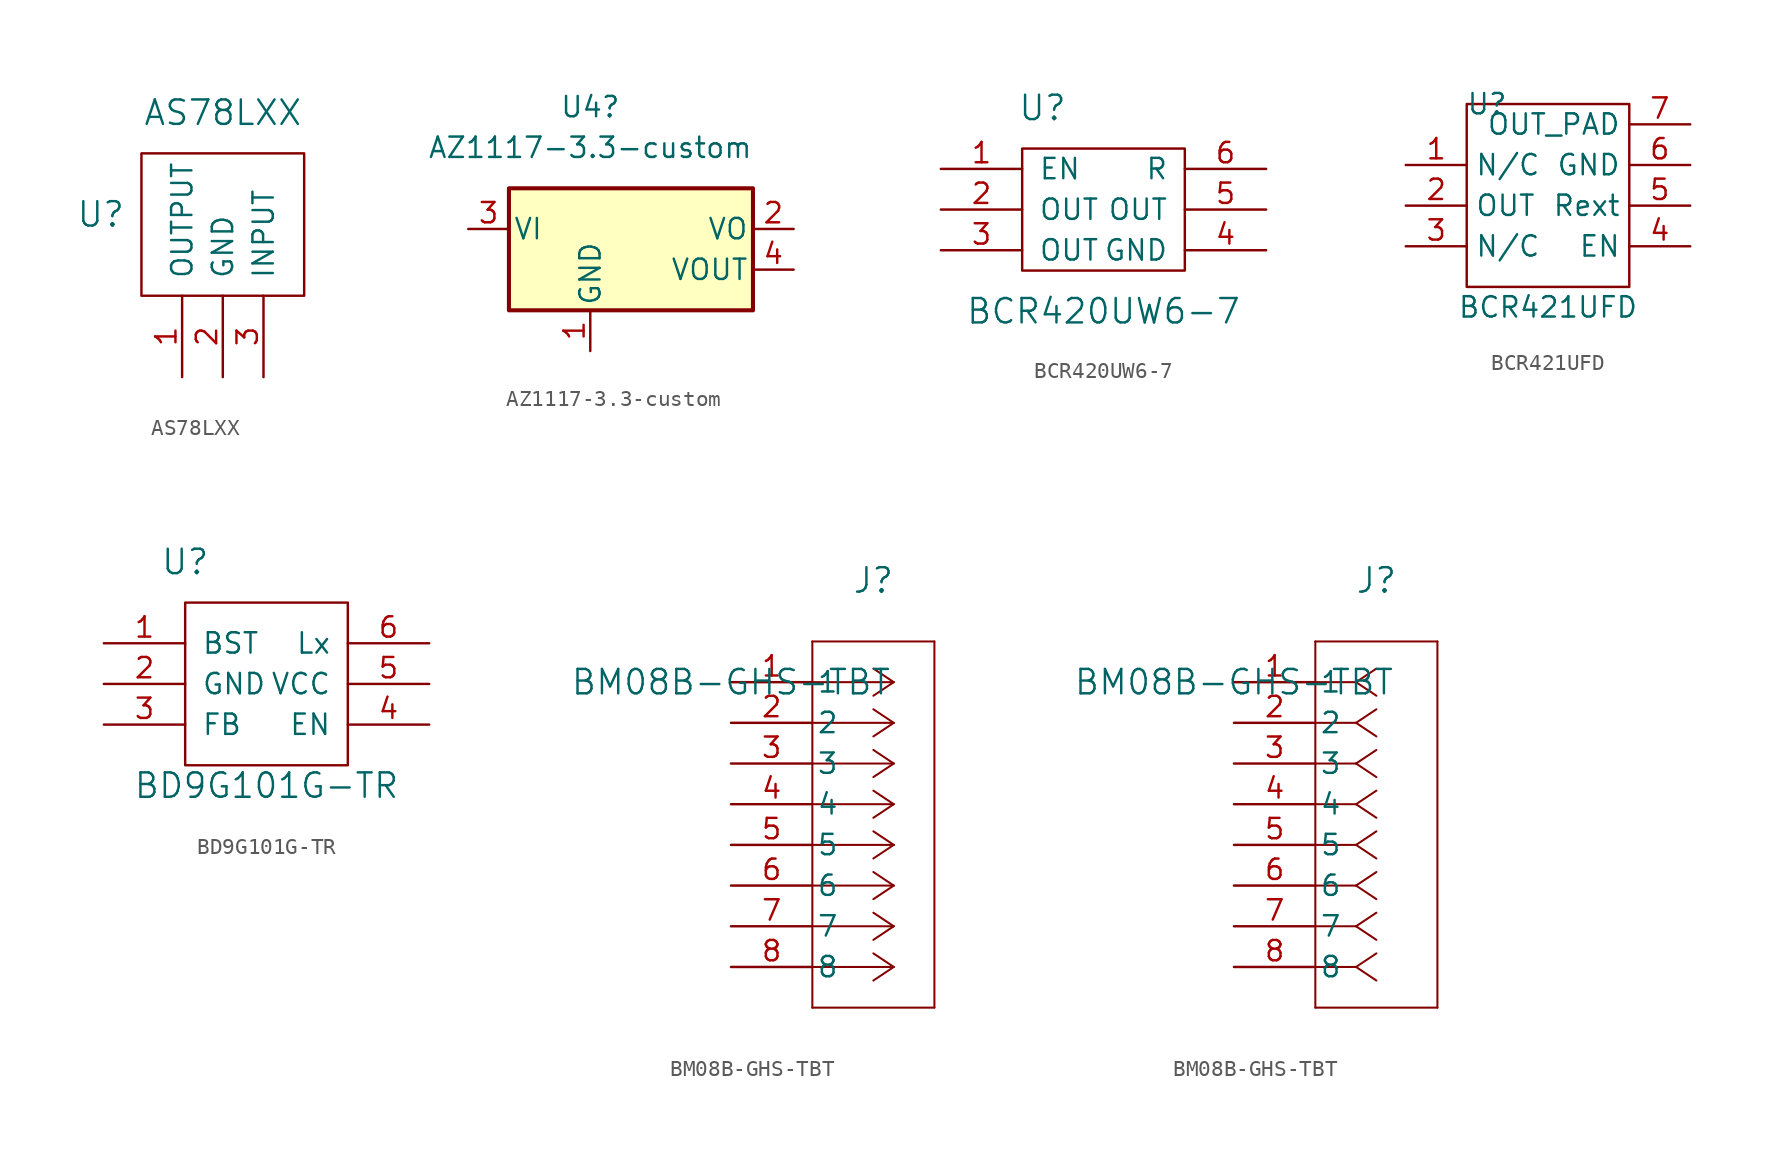
<source format=kicad_sym>
(kicad_symbol_lib
  (version 20231120)
  (generator "kicad_symbol_editor")
  (generator_version "8.0")
  (symbol "AS78LXX"
    (pin_names
      (offset 1.016))
    (property "Reference" "U"
      (at -7.62 10.16 0)
      (effects (font (size 1.524 1.524))))
    (property "Value" "AS78LXX"
      (at 0 16.51 0)
      (effects (font (size 1.524 1.524))))
    (symbol "AS78LXX_0_1"
      (rectangle (start -5.08 13.97) (end 5.08 5.08) (stroke (width 0) (type default)) (fill (type none))))
    (symbol "AS78LXX_1_1"
      (pin input line (at -2.54 0 90) (length 5.08) (name "OUTPUT" (effects (font (size 1.27 1.27)))) (number "1" (effects (font (size 1.27 1.27)))))
      (pin input line (at 0 0 90) (length 5.08) (name "GND" (effects (font (size 1.27 1.27)))) (number "2" (effects (font (size 1.27 1.27)))))
      (pin input line (at 2.54 0 90) (length 5.08) (name "INPUT" (effects (font (size 1.27 1.27)))) (number "3" (effects (font (size 1.27 1.27)))))))
  (symbol "AZ1117-3.3-custom"
    (pin_names
      (offset 0.254))
    (property "Reference" "U4"
      (at 0 7.62 0)
      (effects (font (size 1.27 1.27))))
    (property "Value" "AZ1117-3.3-custom"
      (at 0 5.08 0)
      (effects (font (size 1.27 1.27))))
    (symbol "AZ1117-3.3-custom_0_1"
      (rectangle (start -5.08 2.54) (end 10.16 -5.08) (stroke (width 0.254) (type default)) (fill (type background))))
    (symbol "AZ1117-3.3-custom_1_1"
      (pin power_in line (at 0 -7.62 90) (length 2.54) (name "GND" (effects (font (size 1.27 1.27)))) (number "1" (effects (font (size 1.27 1.27)))))
      (pin power_out line (at 12.7 0 180) (length 2.54) (name "VO" (effects (font (size 1.27 1.27)))) (number "2" (effects (font (size 1.27 1.27)))))
      (pin power_in line (at -7.62 0 0) (length 2.54) (name "VI" (effects (font (size 1.27 1.27)))) (number "3" (effects (font (size 1.27 1.27)))))
      (pin power_out line (at 12.7 -2.54 180) (length 2.54) (name "VOUT" (effects (font (size 1.27 1.27)))) (number "4" (effects (font (size 1.27 1.27)))))))
  (symbol "BCR420UW6-7"
    (pin_names
      (offset 1.016))
    (property "Reference" "U"
      (at -3.81 6.35 0)
      (effects (font (size 1.524 1.524))))
    (property "Value" "BCR420UW6-7"
      (at 0 -6.35 0)
      (effects (font (size 1.524 1.524))))
    (symbol "BCR420UW6-7_0_1"
      (rectangle (start -5.08 3.81) (end 5.08 -3.81) (stroke (width 0) (type default)) (fill (type none))))
    (symbol "BCR420UW6-7_1_1"
      (pin input line (at -10.16 2.54 0) (length 5.08) (name "EN" (effects (font (size 1.27 1.27)))) (number "1" (effects (font (size 1.27 1.27)))))
      (pin input line (at -10.16 0 0) (length 5.08) (name "OUT" (effects (font (size 1.27 1.27)))) (number "2" (effects (font (size 1.27 1.27)))))
      (pin input line (at -10.16 -2.54 0) (length 5.08) (name "OUT" (effects (font (size 1.27 1.27)))) (number "3" (effects (font (size 1.27 1.27)))))
      (pin input line (at 10.16 -2.54 180) (length 5.08) (name "GND" (effects (font (size 1.27 1.27)))) (number "4" (effects (font (size 1.27 1.27)))))
      (pin input line (at 10.16 0 180) (length 5.08) (name "OUT" (effects (font (size 1.27 1.27)))) (number "5" (effects (font (size 1.27 1.27)))))
      (pin input line (at 10.16 2.54 180) (length 5.08) (name "R" (effects (font (size 1.27 1.27)))) (number "6" (effects (font (size 1.27 1.27)))))))
  (symbol "BCR421UFD"
    (property "Reference" "U"
      (at -3.81 6.35 0)
      (effects (font (size 1.27 1.27))))
    (property "Value" "BCR421UFD"
      (at 0 -6.35 0)
      (effects (font (size 1.27 1.27))))
    (symbol "BCR421UFD_0_1"
      (rectangle (start -5.08 6.35) (end 5.08 -5.08) (stroke (width 0) (type default)) (fill (type none))))
    (symbol "BCR421UFD_1_1"
      (pin passive line (at -8.89 2.54 0) (length 3.81) (name "N/C" (effects (font (size 1.27 1.27)))) (number "1" (effects (font (size 1.27 1.27)))))
      (pin passive line (at -8.89 0 0) (length 3.81) (name "OUT" (effects (font (size 1.27 1.27)))) (number "2" (effects (font (size 1.27 1.27)))))
      (pin passive line (at -8.89 -2.54 0) (length 3.81) (name "N/C" (effects (font (size 1.27 1.27)))) (number "3" (effects (font (size 1.27 1.27)))))
      (pin passive line (at 8.89 -2.54 180) (length 3.81) (name "EN" (effects (font (size 1.27 1.27)))) (number "4" (effects (font (size 1.27 1.27)))))
      (pin passive line (at 8.89 0 180) (length 3.81) (name "Rext" (effects (font (size 1.27 1.27)))) (number "5" (effects (font (size 1.27 1.27)))))
      (pin passive line (at 8.89 2.54 180) (length 3.81) (name "GND" (effects (font (size 1.27 1.27)))) (number "6" (effects (font (size 1.27 1.27)))))
      (pin passive line (at 8.89 5.08 180) (length 3.81) (name "OUT_PAD" (effects (font (size 1.27 1.27)))) (number "7" (effects (font (size 1.27 1.27)))))))
  (symbol "BD9G101G-TR"
    (pin_names
      (offset 1.016))
    (property "Reference" "U"
      (at -5.08 7.62 0)
      (effects (font (size 1.524 1.524))))
    (property "Value" "BD9G101G-TR"
      (at 0 -6.35 0)
      (effects (font (size 1.524 1.524))))
    (symbol "BD9G101G-TR_0_1"
      (rectangle (start -5.08 5.08) (end 5.08 -5.08) (stroke (width 0) (type default)) (fill (type none))))
    (symbol "BD9G101G-TR_1_1"
      (pin input line (at -10.16 2.54 0) (length 5.08) (name "BST" (effects (font (size 1.27 1.27)))) (number "1" (effects (font (size 1.27 1.27)))))
      (pin input line (at -10.16 0 0) (length 5.08) (name "GND" (effects (font (size 1.27 1.27)))) (number "2" (effects (font (size 1.27 1.27)))))
      (pin input line (at -10.16 -2.54 0) (length 5.08) (name "FB" (effects (font (size 1.27 1.27)))) (number "3" (effects (font (size 1.27 1.27)))))
      (pin input line (at 10.16 -2.54 180) (length 5.08) (name "EN" (effects (font (size 1.27 1.27)))) (number "4" (effects (font (size 1.27 1.27)))))
      (pin input line (at 10.16 0 180) (length 5.08) (name "VCC" (effects (font (size 1.27 1.27)))) (number "5" (effects (font (size 1.27 1.27)))))
      (pin input line (at 10.16 2.54 180) (length 5.08) (name "Lx" (effects (font (size 1.27 1.27)))) (number "6" (effects (font (size 1.27 1.27)))))))
  (symbol "BM08B-GHS-TBT"
    (pin_names
      (offset 0.254))
    (property "Reference" "J"
      (at 8.89 6.35 0)
      (effects (font (size 1.524 1.524))))
    (property "Value" "BM08B-GHS-TBT"
      (at 0 0 0)
      (effects (font (size 1.524 1.524))))
    (property "ki_locked" ""
      (at 0 0 0)
      (effects (font (size 1.27 1.27))))
    (symbol "BM08B-GHS-TBT_1_1"
      (polyline (pts (xy 5.08 -20.32) (xy 12.7 -20.32)) (stroke (width 0.127) (type default)) (fill (type none)))
      (polyline (pts (xy 5.08 2.54) (xy 5.08 -20.32)) (stroke (width 0.127) (type default)) (fill (type none)))
      (polyline (pts (xy 10.16 -17.78) (xy 5.08 -17.78)) (stroke (width 0.127) (type default)) (fill (type none)))
      (polyline (pts (xy 10.16 -17.78) (xy 8.89 -18.627)) (stroke (width 0.127) (type default)) (fill (type none)))
      (polyline (pts (xy 10.16 -17.78) (xy 8.89 -16.933)) (stroke (width 0.127) (type default)) (fill (type none)))
      (polyline (pts (xy 10.16 -15.24) (xy 5.08 -15.24)) (stroke (width 0.127) (type default)) (fill (type none)))
      (polyline (pts (xy 10.16 -15.24) (xy 8.89 -16.087)) (stroke (width 0.127) (type default)) (fill (type none)))
      (polyline (pts (xy 10.16 -15.24) (xy 8.89 -14.393)) (stroke (width 0.127) (type default)) (fill (type none)))
      (polyline (pts (xy 10.16 -12.7) (xy 5.08 -12.7)) (stroke (width 0.127) (type default)) (fill (type none)))
      (polyline (pts (xy 10.16 -12.7) (xy 8.89 -13.547)) (stroke (width 0.127) (type default)) (fill (type none)))
      (polyline (pts (xy 10.16 -12.7) (xy 8.89 -11.853)) (stroke (width 0.127) (type default)) (fill (type none)))
      (polyline (pts (xy 10.16 -10.16) (xy 5.08 -10.16)) (stroke (width 0.127) (type default)) (fill (type none)))
      (polyline (pts (xy 10.16 -10.16) (xy 8.89 -11.007)) (stroke (width 0.127) (type default)) (fill (type none)))
      (polyline (pts (xy 10.16 -10.16) (xy 8.89 -9.313)) (stroke (width 0.127) (type default)) (fill (type none)))
      (polyline (pts (xy 10.16 -7.62) (xy 5.08 -7.62)) (stroke (width 0.127) (type default)) (fill (type none)))
      (polyline (pts (xy 10.16 -7.62) (xy 8.89 -8.467)) (stroke (width 0.127) (type default)) (fill (type none)))
      (polyline (pts (xy 10.16 -7.62) (xy 8.89 -6.773)) (stroke (width 0.127) (type default)) (fill (type none)))
      (polyline (pts (xy 10.16 -5.08) (xy 5.08 -5.08)) (stroke (width 0.127) (type default)) (fill (type none)))
      (polyline (pts (xy 10.16 -5.08) (xy 8.89 -5.927)) (stroke (width 0.127) (type default)) (fill (type none)))
      (polyline (pts (xy 10.16 -5.08) (xy 8.89 -4.233)) (stroke (width 0.127) (type default)) (fill (type none)))
      (polyline (pts (xy 10.16 -2.54) (xy 5.08 -2.54)) (stroke (width 0.127) (type default)) (fill (type none)))
      (polyline (pts (xy 10.16 -2.54) (xy 8.89 -3.387)) (stroke (width 0.127) (type default)) (fill (type none)))
      (polyline (pts (xy 10.16 -2.54) (xy 8.89 -1.693)) (stroke (width 0.127) (type default)) (fill (type none)))
      (polyline (pts (xy 10.16 0) (xy 5.08 0)) (stroke (width 0.127) (type default)) (fill (type none)))
      (polyline (pts (xy 10.16 0) (xy 8.89 -0.847)) (stroke (width 0.127) (type default)) (fill (type none)))
      (polyline (pts (xy 10.16 0) (xy 8.89 0.847)) (stroke (width 0.127) (type default)) (fill (type none)))
      (polyline (pts (xy 12.7 -20.32) (xy 12.7 2.54)) (stroke (width 0.127) (type default)) (fill (type none)))
      (polyline (pts (xy 12.7 2.54) (xy 5.08 2.54)) (stroke (width 0.127) (type default)) (fill (type none)))
      (pin unspecified line (at 0 0 0) (length 5.08) (name "1" (effects (font (size 1.27 1.27)))) (number "1" (effects (font (size 1.27 1.27)))))
      (pin unspecified line (at 0 -2.54 0) (length 5.08) (name "2" (effects (font (size 1.27 1.27)))) (number "2" (effects (font (size 1.27 1.27)))))
      (pin unspecified line (at 0 -5.08 0) (length 5.08) (name "3" (effects (font (size 1.27 1.27)))) (number "3" (effects (font (size 1.27 1.27)))))
      (pin unspecified line (at 0 -7.62 0) (length 5.08) (name "4" (effects (font (size 1.27 1.27)))) (number "4" (effects (font (size 1.27 1.27)))))
      (pin unspecified line (at 0 -10.16 0) (length 5.08) (name "5" (effects (font (size 1.27 1.27)))) (number "5" (effects (font (size 1.27 1.27)))))
      (pin unspecified line (at 0 -12.7 0) (length 5.08) (name "6" (effects (font (size 1.27 1.27)))) (number "6" (effects (font (size 1.27 1.27)))))
      (pin unspecified line (at 0 -15.24 0) (length 5.08) (name "7" (effects (font (size 1.27 1.27)))) (number "7" (effects (font (size 1.27 1.27)))))
      (pin unspecified line (at 0 -17.78 0) (length 5.08) (name "8" (effects (font (size 1.27 1.27)))) (number "8" (effects (font (size 1.27 1.27))))))
    (symbol "BM08B-GHS-TBT_1_2"
      (polyline (pts (xy 5.08 -20.32) (xy 12.7 -20.32)) (stroke (width 0.127) (type default)) (fill (type none)))
      (polyline (pts (xy 5.08 2.54) (xy 5.08 -20.32)) (stroke (width 0.127) (type default)) (fill (type none)))
      (polyline (pts (xy 7.62 -17.78) (xy 5.08 -17.78)) (stroke (width 0.127) (type default)) (fill (type none)))
      (polyline (pts (xy 7.62 -17.78) (xy 8.89 -18.627)) (stroke (width 0.127) (type default)) (fill (type none)))
      (polyline (pts (xy 7.62 -17.78) (xy 8.89 -16.933)) (stroke (width 0.127) (type default)) (fill (type none)))
      (polyline (pts (xy 7.62 -15.24) (xy 5.08 -15.24)) (stroke (width 0.127) (type default)) (fill (type none)))
      (polyline (pts (xy 7.62 -15.24) (xy 8.89 -16.087)) (stroke (width 0.127) (type default)) (fill (type none)))
      (polyline (pts (xy 7.62 -15.24) (xy 8.89 -14.393)) (stroke (width 0.127) (type default)) (fill (type none)))
      (polyline (pts (xy 7.62 -12.7) (xy 5.08 -12.7)) (stroke (width 0.127) (type default)) (fill (type none)))
      (polyline (pts (xy 7.62 -12.7) (xy 8.89 -13.547)) (stroke (width 0.127) (type default)) (fill (type none)))
      (polyline (pts (xy 7.62 -12.7) (xy 8.89 -11.853)) (stroke (width 0.127) (type default)) (fill (type none)))
      (polyline (pts (xy 7.62 -10.16) (xy 5.08 -10.16)) (stroke (width 0.127) (type default)) (fill (type none)))
      (polyline (pts (xy 7.62 -10.16) (xy 8.89 -11.007)) (stroke (width 0.127) (type default)) (fill (type none)))
      (polyline (pts (xy 7.62 -10.16) (xy 8.89 -9.313)) (stroke (width 0.127) (type default)) (fill (type none)))
      (polyline (pts (xy 7.62 -7.62) (xy 5.08 -7.62)) (stroke (width 0.127) (type default)) (fill (type none)))
      (polyline (pts (xy 7.62 -7.62) (xy 8.89 -8.467)) (stroke (width 0.127) (type default)) (fill (type none)))
      (polyline (pts (xy 7.62 -7.62) (xy 8.89 -6.773)) (stroke (width 0.127) (type default)) (fill (type none)))
      (polyline (pts (xy 7.62 -5.08) (xy 5.08 -5.08)) (stroke (width 0.127) (type default)) (fill (type none)))
      (polyline (pts (xy 7.62 -5.08) (xy 8.89 -5.927)) (stroke (width 0.127) (type default)) (fill (type none)))
      (polyline (pts (xy 7.62 -5.08) (xy 8.89 -4.233)) (stroke (width 0.127) (type default)) (fill (type none)))
      (polyline (pts (xy 7.62 -2.54) (xy 5.08 -2.54)) (stroke (width 0.127) (type default)) (fill (type none)))
      (polyline (pts (xy 7.62 -2.54) (xy 8.89 -3.387)) (stroke (width 0.127) (type default)) (fill (type none)))
      (polyline (pts (xy 7.62 -2.54) (xy 8.89 -1.693)) (stroke (width 0.127) (type default)) (fill (type none)))
      (polyline (pts (xy 7.62 0) (xy 5.08 0)) (stroke (width 0.127) (type default)) (fill (type none)))
      (polyline (pts (xy 7.62 0) (xy 8.89 -0.847)) (stroke (width 0.127) (type default)) (fill (type none)))
      (polyline (pts (xy 7.62 0) (xy 8.89 0.847)) (stroke (width 0.127) (type default)) (fill (type none)))
      (polyline (pts (xy 12.7 -20.32) (xy 12.7 2.54)) (stroke (width 0.127) (type default)) (fill (type none)))
      (polyline (pts (xy 12.7 2.54) (xy 5.08 2.54)) (stroke (width 0.127) (type default)) (fill (type none)))
      (pin unspecified line (at 0 0 0) (length 5.08) (name "1" (effects (font (size 1.27 1.27)))) (number "1" (effects (font (size 1.27 1.27)))))
      (pin unspecified line (at 0 -2.54 0) (length 5.08) (name "2" (effects (font (size 1.27 1.27)))) (number "2" (effects (font (size 1.27 1.27)))))
      (pin unspecified line (at 0 -5.08 0) (length 5.08) (name "3" (effects (font (size 1.27 1.27)))) (number "3" (effects (font (size 1.27 1.27)))))
      (pin unspecified line (at 0 -7.62 0) (length 5.08) (name "4" (effects (font (size 1.27 1.27)))) (number "4" (effects (font (size 1.27 1.27)))))
      (pin unspecified line (at 0 -10.16 0) (length 5.08) (name "5" (effects (font (size 1.27 1.27)))) (number "5" (effects (font (size 1.27 1.27)))))
      (pin unspecified line (at 0 -12.7 0) (length 5.08) (name "6" (effects (font (size 1.27 1.27)))) (number "6" (effects (font (size 1.27 1.27)))))
      (pin unspecified line (at 0 -15.24 0) (length 5.08) (name "7" (effects (font (size 1.27 1.27)))) (number "7" (effects (font (size 1.27 1.27)))))
      (pin unspecified line (at 0 -17.78 0) (length 5.08) (name "8" (effects (font (size 1.27 1.27)))) (number "8" (effects (font (size 1.27 1.27))))))))
</source>
